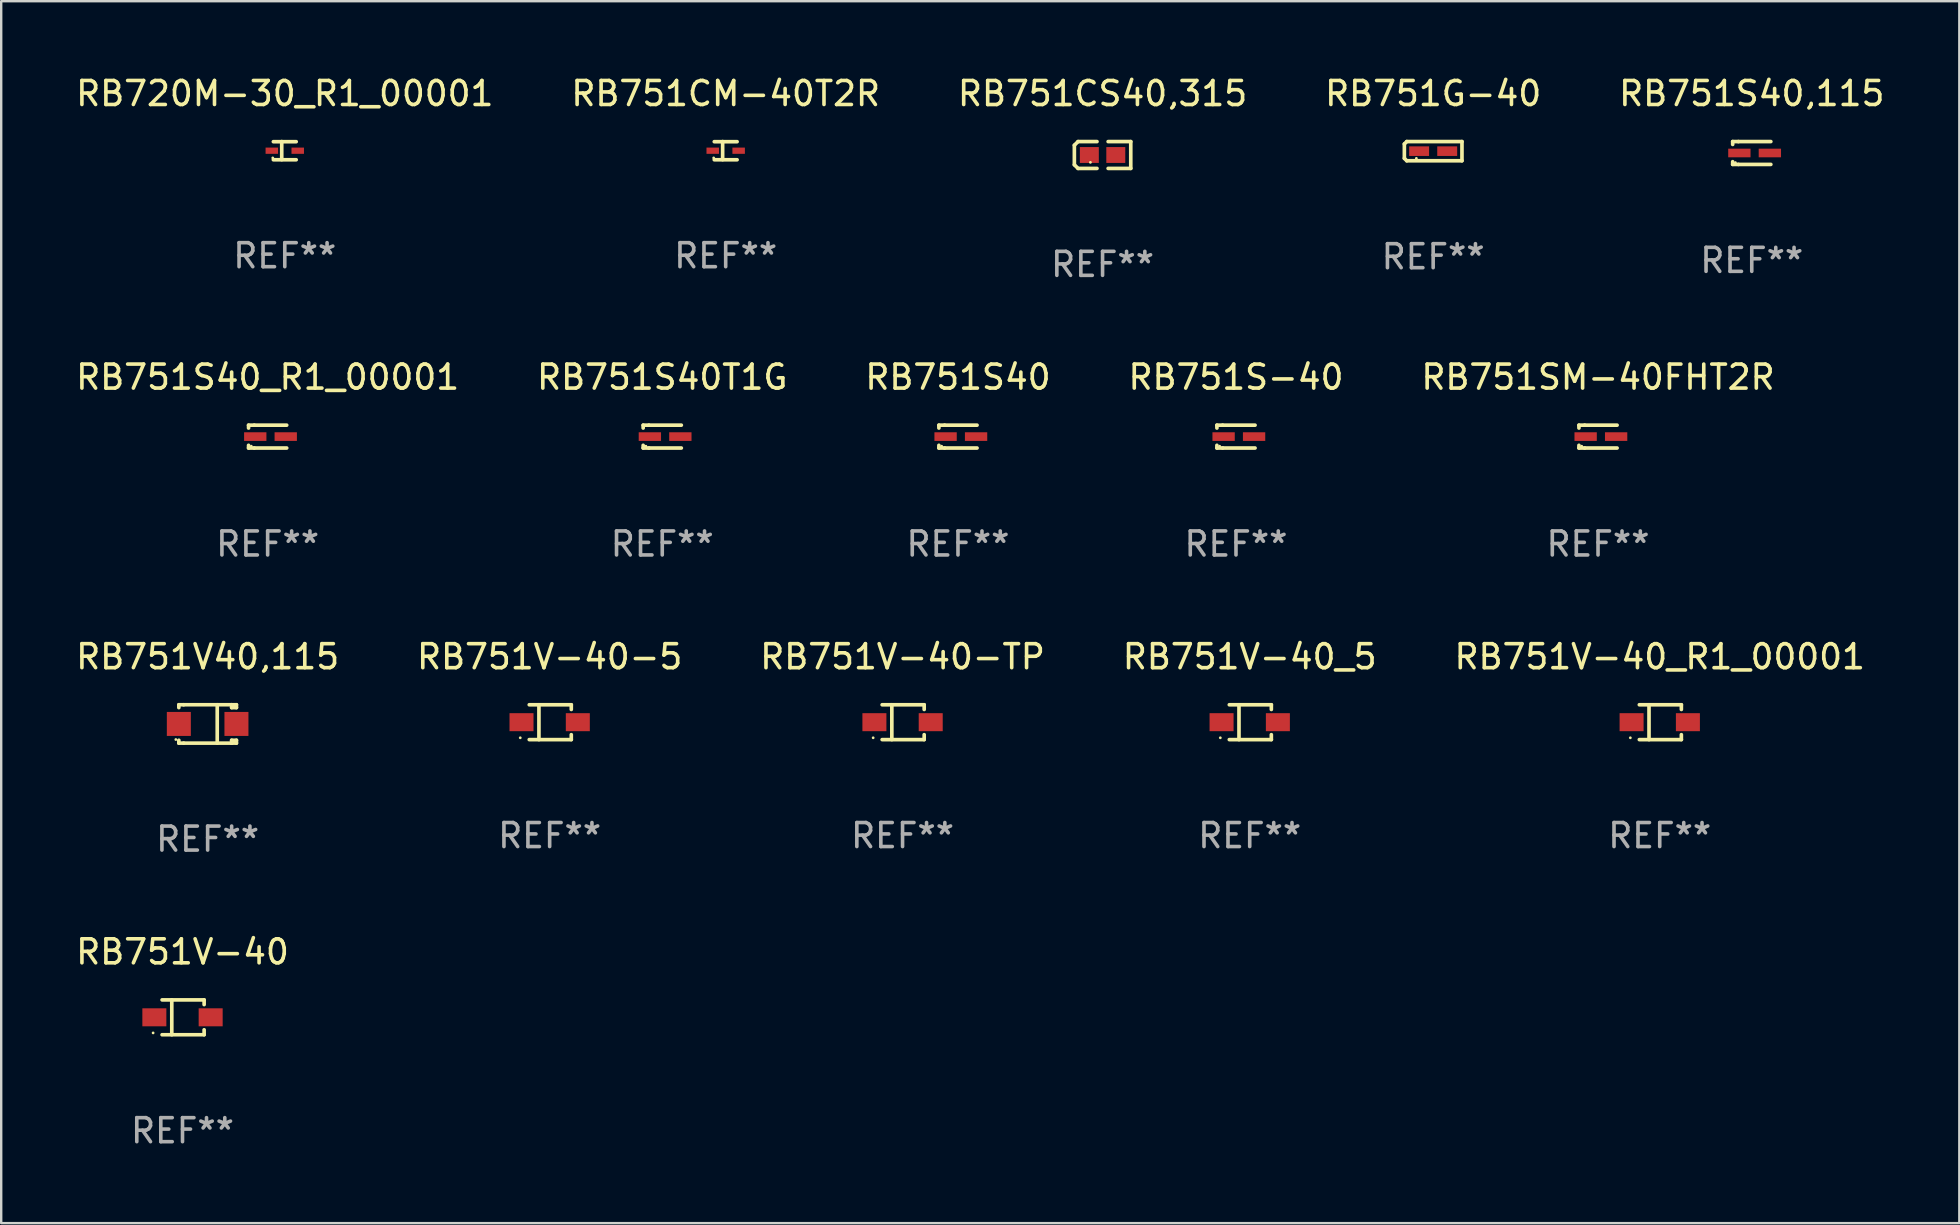
<source format=kicad_pcb>
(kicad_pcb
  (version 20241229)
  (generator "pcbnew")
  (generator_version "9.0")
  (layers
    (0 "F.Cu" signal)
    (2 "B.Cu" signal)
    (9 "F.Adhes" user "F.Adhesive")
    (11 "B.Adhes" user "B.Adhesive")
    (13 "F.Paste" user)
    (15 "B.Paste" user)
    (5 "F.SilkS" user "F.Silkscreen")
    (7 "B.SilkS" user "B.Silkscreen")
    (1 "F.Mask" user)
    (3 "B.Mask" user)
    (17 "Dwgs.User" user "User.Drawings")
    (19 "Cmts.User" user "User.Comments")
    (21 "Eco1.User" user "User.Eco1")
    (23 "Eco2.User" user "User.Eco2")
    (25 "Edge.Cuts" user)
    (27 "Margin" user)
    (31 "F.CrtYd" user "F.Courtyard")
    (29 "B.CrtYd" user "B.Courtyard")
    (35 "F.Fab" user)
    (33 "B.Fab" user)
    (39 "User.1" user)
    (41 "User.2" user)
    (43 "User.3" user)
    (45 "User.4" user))
  (footprint "RB751SM-40FHT2R"
    (layer "F.Cu")
    (at 63.53 15.14)
    (property "Reference" "RB751SM-40FHT2R" (at 0 -2.476 0) (layer "F.SilkS") (effects (font (size 1 1) (thickness 0.15))))
    (attr through_hole)
    (fp_line (start -0.795 -0.476) (end -0.795 -0.356) (stroke (width 0.152) (type solid)) (layer "F.SilkS"))
    (fp_line (start -0.795 0.363) (end -0.795 0.476) (stroke (width 0.152) (type solid)) (layer "F.SilkS"))
    (fp_line (start -0.795 0.476) (end -0.557 0.476) (stroke (width 0.152) (type solid)) (layer "F.SilkS"))
    (fp_line (start -0.557 -0.476) (end -0.795 -0.476) (stroke (width 0.152) (type solid)) (layer "F.SilkS"))
    (fp_line (start -0.557 -0.476) (end 0.795 -0.476) (stroke (width 0.152) (type solid)) (layer "F.SilkS"))
    (fp_line (start -0.557 0.476) (end 0.795 0.476) (stroke (width 0.152) (type solid)) (layer "F.SilkS"))
    (fp_circle (center -0.681 0.4) (end -0.651 0.4) (stroke (width 0.06) (type solid)) (fill no) (layer "F.SilkS"))
    (fp_text user "REF**" (at 0 4.476 0) (layer "F.Fab") (effects (font (size 1 1) (thickness 0.15))))
    (pad "1" smd rect (at -0.516 0 180) (size 0.93 0.36) (layers "F.Cu" "F.Mask" "F.Paste"))
    (pad "2" smd rect (at 0.754 0 180) (size 0.93 0.36) (layers "F.Cu" "F.Mask" "F.Paste")))
  (footprint "RB751V-40_5"
    (layer "F.Cu")
    (at 49.018 27.039)
    (property "Reference" "RB751V-40_5" (at 0 -2.726 0) (layer "F.SilkS") (effects (font (size 1 1) (thickness 0.15))))
    (attr through_hole)
    (fp_line (start -0.851 -0.726) (end 0.901 -0.726) (stroke (width 0.152) (type solid)) (layer "F.SilkS"))
    (fp_line (start -0.851 0.726) (end 0.901 0.726) (stroke (width 0.152) (type solid)) (layer "F.SilkS"))
    (fp_line (start -0.447 -0.726) (end -0.447 0.726) (stroke (width 0.152) (type solid)) (layer "F.SilkS"))
    (fp_line (start 0.901 -0.726) (end 0.901 -0.53) (stroke (width 0.152) (type solid)) (layer "F.SilkS"))
    (fp_line (start 0.901 0.726) (end 0.901 0.52) (stroke (width 0.152) (type solid)) (layer "F.SilkS"))
    (fp_circle (center -1.225 0.65) (end -1.195 0.65) (stroke (width 0.06) (type solid)) (fill no) (layer "F.SilkS"))
    (fp_text user "REF**" (at 0 4.726 0) (layer "F.Fab") (effects (font (size 1 1) (thickness 0.15))))
    (pad "1" smd rect (at -1.173 0) (size 1 0.75) (layers "F.Cu" "F.Mask" "F.Paste"))
    (pad "2" smd rect (at 1.173 0) (size 1 0.75) (layers "F.Cu" "F.Mask" "F.Paste")))
  (footprint "RB751CM-40T2R"
    (layer "F.Cu")
    (at 27.185 3.227)
    (property "Reference" "RB751CM-40T2R" (at 0 -2.379 0) (layer "F.SilkS") (effects (font (size 1 1) (thickness 0.15))))
    (attr through_hole)
    (fp_line (start -0.476 -0.374) (end 0.476 -0.374) (stroke (width 0.152) (type solid)) (layer "F.SilkS"))
    (fp_line (start -0.476 0.379) (end 0.476 0.379) (stroke (width 0.152) (type solid)) (layer "F.SilkS"))
    (fp_line (start -0.127 -0.379) (end -0.127 0.374) (stroke (width 0.152) (type solid)) (layer "F.SilkS"))
    (fp_circle (center -0.5 0.302) (end -0.47 0.302) (stroke (width 0.06) (type solid)) (fill no) (layer "F.SilkS"))
    (fp_text user "REF**" (at 0 4.379 0) (layer "F.Fab") (effects (font (size 1 1) (thickness 0.15))))
    (pad "1" smd rect (at -0.54 0.002 180) (size 0.52 0.26) (layers "F.Cu" "F.Mask" "F.Paste"))
    (pad "2" smd rect (at 0.54 0.002 180) (size 0.52 0.26) (layers "F.Cu" "F.Mask" "F.Paste")))
  (footprint "RB751V-40"
    (layer "F.Cu")
    (at 4.554 39.335)
    (property "Reference" "RB751V-40" (at 0 -2.726 0) (layer "F.SilkS") (effects (font (size 1 1) (thickness 0.15))))
    (attr through_hole)
    (fp_line (start -0.851 -0.726) (end 0.901 -0.726) (stroke (width 0.152) (type solid)) (layer "F.SilkS"))
    (fp_line (start -0.851 0.726) (end 0.901 0.726) (stroke (width 0.152) (type solid)) (layer "F.SilkS"))
    (fp_line (start -0.447 -0.726) (end -0.447 0.726) (stroke (width 0.152) (type solid)) (layer "F.SilkS"))
    (fp_line (start 0.901 -0.726) (end 0.901 -0.53) (stroke (width 0.152) (type solid)) (layer "F.SilkS"))
    (fp_line (start 0.901 0.726) (end 0.901 0.52) (stroke (width 0.152) (type solid)) (layer "F.SilkS"))
    (fp_circle (center -1.225 0.65) (end -1.195 0.65) (stroke (width 0.06) (type solid)) (fill no) (layer "F.SilkS"))
    (fp_text user "REF**" (at 0 4.726 0) (layer "F.Fab") (effects (font (size 1 1) (thickness 0.15))))
    (pad "1" smd rect (at -1.173 0) (size 1 0.75) (layers "F.Cu" "F.Mask" "F.Paste"))
    (pad "2" smd rect (at 1.173 0) (size 1 0.75) (layers "F.Cu" "F.Mask" "F.Paste")))
  (footprint "RB751V-40-TP"
    (layer "F.Cu")
    (at 34.554 27.039)
    (property "Reference" "RB751V-40-TP" (at 0 -2.726 0) (layer "F.SilkS") (effects (font (size 1 1) (thickness 0.15))))
    (attr through_hole)
    (fp_line (start -0.851 -0.726) (end 0.901 -0.726) (stroke (width 0.152) (type solid)) (layer "F.SilkS"))
    (fp_line (start -0.851 0.726) (end 0.901 0.726) (stroke (width 0.152) (type solid)) (layer "F.SilkS"))
    (fp_line (start -0.447 -0.726) (end -0.447 0.726) (stroke (width 0.152) (type solid)) (layer "F.SilkS"))
    (fp_line (start 0.901 -0.726) (end 0.901 -0.53) (stroke (width 0.152) (type solid)) (layer "F.SilkS"))
    (fp_line (start 0.901 0.726) (end 0.901 0.52) (stroke (width 0.152) (type solid)) (layer "F.SilkS"))
    (fp_circle (center -1.225 0.65) (end -1.195 0.65) (stroke (width 0.06) (type solid)) (fill no) (layer "F.SilkS"))
    (fp_text user "REF**" (at 0 4.726 0) (layer "F.Fab") (effects (font (size 1 1) (thickness 0.15))))
    (pad "1" smd rect (at -1.173 0) (size 1 0.75) (layers "F.Cu" "F.Mask" "F.Paste"))
    (pad "2" smd rect (at 1.173 0) (size 1 0.75) (layers "F.Cu" "F.Mask" "F.Paste")))
  (footprint "RB751S-40"
    (layer "F.Cu")
    (at 48.446 15.14)
    (property "Reference" "RB751S-40" (at 0 -2.476 0) (layer "F.SilkS") (effects (font (size 1 1) (thickness 0.15))))
    (attr through_hole)
    (fp_line (start -0.795 -0.476) (end -0.795 -0.356) (stroke (width 0.152) (type solid)) (layer "F.SilkS"))
    (fp_line (start -0.795 0.363) (end -0.795 0.476) (stroke (width 0.152) (type solid)) (layer "F.SilkS"))
    (fp_line (start -0.795 0.476) (end -0.557 0.476) (stroke (width 0.152) (type solid)) (layer "F.SilkS"))
    (fp_line (start -0.557 -0.476) (end -0.795 -0.476) (stroke (width 0.152) (type solid)) (layer "F.SilkS"))
    (fp_line (start -0.557 -0.476) (end 0.795 -0.476) (stroke (width 0.152) (type solid)) (layer "F.SilkS"))
    (fp_line (start -0.557 0.476) (end 0.795 0.476) (stroke (width 0.152) (type solid)) (layer "F.SilkS"))
    (fp_circle (center -0.681 0.4) (end -0.651 0.4) (stroke (width 0.06) (type solid)) (fill no) (layer "F.SilkS"))
    (fp_text user "REF**" (at 0 4.476 0) (layer "F.Fab") (effects (font (size 1 1) (thickness 0.15))))
    (pad "1" smd rect (at -0.516 0 180) (size 0.93 0.36) (layers "F.Cu" "F.Mask" "F.Paste"))
    (pad "2" smd rect (at 0.754 0 180) (size 0.93 0.36) (layers "F.Cu" "F.Mask" "F.Paste")))
  (footprint "RB751S40,115"
    (layer "F.Cu")
    (at 69.935 3.324)
    (property "Reference" "RB751S40,115" (at 0 -2.476 0) (layer "F.SilkS") (effects (font (size 1 1) (thickness 0.15))))
    (attr through_hole)
    (fp_line (start -0.795 -0.476) (end -0.795 -0.356) (stroke (width 0.152) (type solid)) (layer "F.SilkS"))
    (fp_line (start -0.795 0.363) (end -0.795 0.476) (stroke (width 0.152) (type solid)) (layer "F.SilkS"))
    (fp_line (start -0.795 0.476) (end -0.557 0.476) (stroke (width 0.152) (type solid)) (layer "F.SilkS"))
    (fp_line (start -0.557 -0.476) (end -0.795 -0.476) (stroke (width 0.152) (type solid)) (layer "F.SilkS"))
    (fp_line (start -0.557 -0.476) (end 0.795 -0.476) (stroke (width 0.152) (type solid)) (layer "F.SilkS"))
    (fp_line (start -0.557 0.476) (end 0.795 0.476) (stroke (width 0.152) (type solid)) (layer "F.SilkS"))
    (fp_circle (center -0.681 0.4) (end -0.651 0.4) (stroke (width 0.06) (type solid)) (fill no) (layer "F.SilkS"))
    (fp_text user "REF**" (at 0 4.476 0) (layer "F.Fab") (effects (font (size 1 1) (thickness 0.15))))
    (pad "1" smd rect (at -0.516 0 180) (size 0.93 0.36) (layers "F.Cu" "F.Mask" "F.Paste"))
    (pad "2" smd rect (at 0.754 0 180) (size 0.93 0.36) (layers "F.Cu" "F.Mask" "F.Paste")))
  (footprint "RB751V-40_R1_00001"
    (layer "F.Cu")
    (at 66.101 27.039)
    (property "Reference" "RB751V-40_R1_00001" (at 0 -2.726 0) (layer "F.SilkS") (effects (font (size 1 1) (thickness 0.15))))
    (attr through_hole)
    (fp_line (start -0.851 -0.726) (end 0.901 -0.726) (stroke (width 0.152) (type solid)) (layer "F.SilkS"))
    (fp_line (start -0.851 0.726) (end 0.901 0.726) (stroke (width 0.152) (type solid)) (layer "F.SilkS"))
    (fp_line (start -0.447 -0.726) (end -0.447 0.726) (stroke (width 0.152) (type solid)) (layer "F.SilkS"))
    (fp_line (start 0.901 -0.726) (end 0.901 -0.53) (stroke (width 0.152) (type solid)) (layer "F.SilkS"))
    (fp_line (start 0.901 0.726) (end 0.901 0.52) (stroke (width 0.152) (type solid)) (layer "F.SilkS"))
    (fp_circle (center -1.225 0.65) (end -1.195 0.65) (stroke (width 0.06) (type solid)) (fill no) (layer "F.SilkS"))
    (fp_text user "REF**" (at 0 4.726 0) (layer "F.Fab") (effects (font (size 1 1) (thickness 0.15))))
    (pad "1" smd rect (at -1.173 0) (size 1 0.75) (layers "F.Cu" "F.Mask" "F.Paste"))
    (pad "2" smd rect (at 1.173 0) (size 1 0.75) (layers "F.Cu" "F.Mask" "F.Paste")))
  (footprint "RB720M-30_R1_00001"
    (layer "F.Cu")
    (at 8.815 3.227)
    (property "Reference" "RB720M-30_R1_00001" (at 0 -2.379 0) (layer "F.SilkS") (effects (font (size 1 1) (thickness 0.15))))
    (attr through_hole)
    (fp_line (start -0.476 -0.374) (end 0.476 -0.374) (stroke (width 0.152) (type solid)) (layer "F.SilkS"))
    (fp_line (start -0.476 0.379) (end 0.476 0.379) (stroke (width 0.152) (type solid)) (layer "F.SilkS"))
    (fp_line (start -0.127 -0.379) (end -0.127 0.374) (stroke (width 0.152) (type solid)) (layer "F.SilkS"))
    (fp_circle (center -0.5 0.302) (end -0.47 0.302) (stroke (width 0.06) (type solid)) (fill no) (layer "F.SilkS"))
    (fp_text user "REF**" (at 0 4.379 0) (layer "F.Fab") (effects (font (size 1 1) (thickness 0.15))))
    (pad "1" smd rect (at -0.54 0.002 180) (size 0.52 0.26) (layers "F.Cu" "F.Mask" "F.Paste"))
    (pad "2" smd rect (at 0.54 0.002 180) (size 0.52 0.26) (layers "F.Cu" "F.Mask" "F.Paste")))
  (footprint "RB751S40"
    (layer "F.Cu")
    (at 36.863 15.14)
    (property "Reference" "RB751S40" (at 0 -2.476 0) (layer "F.SilkS") (effects (font (size 1 1) (thickness 0.15))))
    (attr through_hole)
    (fp_line (start -0.795 -0.476) (end -0.795 -0.356) (stroke (width 0.152) (type solid)) (layer "F.SilkS"))
    (fp_line (start -0.795 0.363) (end -0.795 0.476) (stroke (width 0.152) (type solid)) (layer "F.SilkS"))
    (fp_line (start -0.795 0.476) (end -0.557 0.476) (stroke (width 0.152) (type solid)) (layer "F.SilkS"))
    (fp_line (start -0.557 -0.476) (end -0.795 -0.476) (stroke (width 0.152) (type solid)) (layer "F.SilkS"))
    (fp_line (start -0.557 -0.476) (end 0.795 -0.476) (stroke (width 0.152) (type solid)) (layer "F.SilkS"))
    (fp_line (start -0.557 0.476) (end 0.795 0.476) (stroke (width 0.152) (type solid)) (layer "F.SilkS"))
    (fp_circle (center -0.681 0.4) (end -0.651 0.4) (stroke (width 0.06) (type solid)) (fill no) (layer "F.SilkS"))
    (fp_text user "REF**" (at 0 4.476 0) (layer "F.Fab") (effects (font (size 1 1) (thickness 0.15))))
    (pad "1" smd rect (at -0.516 0 180) (size 0.93 0.36) (layers "F.Cu" "F.Mask" "F.Paste"))
    (pad "2" smd rect (at 0.754 0 180) (size 0.93 0.36) (layers "F.Cu" "F.Mask" "F.Paste")))
  (footprint "RB751V-40-5"
    (layer "F.Cu")
    (at 19.851 27.039)
    (property "Reference" "RB751V-40-5" (at 0 -2.726 0) (layer "F.SilkS") (effects (font (size 1 1) (thickness 0.15))))
    (attr through_hole)
    (fp_line (start -0.851 -0.726) (end 0.901 -0.726) (stroke (width 0.152) (type solid)) (layer "F.SilkS"))
    (fp_line (start -0.851 0.726) (end 0.901 0.726) (stroke (width 0.152) (type solid)) (layer "F.SilkS"))
    (fp_line (start -0.447 -0.726) (end -0.447 0.726) (stroke (width 0.152) (type solid)) (layer "F.SilkS"))
    (fp_line (start 0.901 -0.726) (end 0.901 -0.53) (stroke (width 0.152) (type solid)) (layer "F.SilkS"))
    (fp_line (start 0.901 0.726) (end 0.901 0.52) (stroke (width 0.152) (type solid)) (layer "F.SilkS"))
    (fp_circle (center -1.225 0.65) (end -1.195 0.65) (stroke (width 0.06) (type solid)) (fill no) (layer "F.SilkS"))
    (fp_text user "REF**" (at 0 4.726 0) (layer "F.Fab") (effects (font (size 1 1) (thickness 0.15))))
    (pad "1" smd rect (at -1.173 0) (size 1 0.75) (layers "F.Cu" "F.Mask" "F.Paste"))
    (pad "2" smd rect (at 1.173 0) (size 1 0.75) (layers "F.Cu" "F.Mask" "F.Paste")))
  (footprint "RB751V40,115"
    (layer "F.Cu")
    (at 5.601 27.112)
    (property "Reference" "RB751V40,115" (at 0 -2.8 0) (layer "F.SilkS") (effects (font (size 1 1) (thickness 0.15))))
    (attr through_hole)
    (fp_line (start -1.2 -0.8) (end -1.2 -0.68) (stroke (width 0.152) (type solid)) (layer "F.SilkS"))
    (fp_line (start -1.2 0.68) (end -1.2 0.8) (stroke (width 0.152) (type solid)) (layer "F.SilkS"))
    (fp_line (start -1.2 0.8) (end -1 0.8) (stroke (width 0.152) (type solid)) (layer "F.SilkS"))
    (fp_line (start -1 -0.8) (end -1.2 -0.8) (stroke (width 0.152) (type solid)) (layer "F.SilkS"))
    (fp_line (start -1 -0.8) (end 1 -0.8) (stroke (width 0.152) (type solid)) (layer "F.SilkS"))
    (fp_line (start -1 0.8) (end 1 0.8) (stroke (width 0.152) (type solid)) (layer "F.SilkS"))
    (fp_line (start 0.4 -0.8) (end 0.4 0.8) (stroke (width 0.152) (type solid)) (layer "F.SilkS"))
    (fp_line (start 1 -0.8) (end 1 -0.68) (stroke (width 0.152) (type solid)) (layer "F.SilkS"))
    (fp_line (start 1 -0.8) (end 1.2 -0.8) (stroke (width 0.152) (type solid)) (layer "F.SilkS"))
    (fp_line (start 1 0.68) (end 1 0.8) (stroke (width 0.152) (type solid)) (layer "F.SilkS"))
    (fp_line (start 1 0.68) (end 1.2 0.68) (stroke (width 0.152) (type solid)) (layer "F.SilkS"))
    (fp_line (start 1.2 -0.8) (end 1.2 -0.68) (stroke (width 0.152) (type solid)) (layer "F.SilkS"))
    (fp_line (start 1.2 -0.68) (end 1 -0.68) (stroke (width 0.152) (type solid)) (layer "F.SilkS"))
    (fp_line (start 1.2 0.68) (end 1.2 0.8) (stroke (width 0.152) (type solid)) (layer "F.SilkS"))
    (fp_line (start 1.2 0.8) (end 1 0.8) (stroke (width 0.152) (type solid)) (layer "F.SilkS"))
    (fp_circle (center -1.325 0.65) (end -1.295 0.65) (stroke (width 0.06) (type solid)) (fill no) (layer "F.SilkS"))
    (fp_text user "REF**" (at 0 4.8 0) (layer "F.Fab") (effects (font (size 1 1) (thickness 0.15))))
    (pad "1" smd rect (at -1.2 0 180) (size 1 1) (layers "F.Cu" "F.Mask" "F.Paste"))
    (pad "2" smd rect (at 1.2 0 180) (size 1 1) (layers "F.Cu" "F.Mask" "F.Paste")))
  (footprint "RB751CS40,315"
    (layer "F.Cu")
    (at 42.887 3.408)
    (property "Reference" "RB751CS40,315" (at 0 -2.559 0) (layer "F.SilkS") (effects (font (size 1 1) (thickness 0.15))))
    (attr through_hole)
    (fp_line (start -1.175 -0.407) (end -1.023 -0.559) (stroke (width 0.152) (type solid)) (layer "F.SilkS"))
    (fp_line (start -1.175 0.407) (end -1.175 -0.407) (stroke (width 0.152) (type solid)) (layer "F.SilkS"))
    (fp_line (start -1.023 -0.559) (end -0.232 -0.559) (stroke (width 0.152) (type solid)) (layer "F.SilkS"))
    (fp_line (start -1.023 0.559) (end -1.175 0.407) (stroke (width 0.152) (type solid)) (layer "F.SilkS"))
    (fp_line (start -0.232 0.559) (end -1.023 0.559) (stroke (width 0.152) (type solid)) (layer "F.SilkS"))
    (fp_line (start 0.232 0.559) (end 1.175 0.559) (stroke (width 0.152) (type solid)) (layer "F.SilkS"))
    (fp_line (start 1.175 -0.559) (end 0.232 -0.559) (stroke (width 0.152) (type solid)) (layer "F.SilkS"))
    (fp_line (start 1.175 0.559) (end 1.175 -0.559) (stroke (width 0.152) (type solid)) (layer "F.SilkS"))
    (fp_circle (center -0.506 0.306) (end -0.476 0.306) (stroke (width 0.06) (type solid)) (fill no) (layer "F.SilkS"))
    (fp_text user "REF**" (at 0 4.559 0) (layer "F.Fab") (effects (font (size 1 1) (thickness 0.15))))
    (pad "1" smd rect (at -0.551 0) (size 0.79 0.661) (layers "F.Cu" "F.Mask" "F.Paste"))
    (pad "2" smd rect (at 0.551 0) (size 0.79 0.661) (layers "F.Cu" "F.Mask" "F.Paste")))
  (footprint "RB751S40_R1_00001"
    (layer "F.Cu")
    (at 8.101 15.14)
    (property "Reference" "RB751S40_R1_00001" (at 0 -2.476 0) (layer "F.SilkS") (effects (font (size 1 1) (thickness 0.15))))
    (attr through_hole)
    (fp_line (start -0.795 -0.476) (end -0.795 -0.356) (stroke (width 0.152) (type solid)) (layer "F.SilkS"))
    (fp_line (start -0.795 0.363) (end -0.795 0.476) (stroke (width 0.152) (type solid)) (layer "F.SilkS"))
    (fp_line (start -0.795 0.476) (end -0.557 0.476) (stroke (width 0.152) (type solid)) (layer "F.SilkS"))
    (fp_line (start -0.557 -0.476) (end -0.795 -0.476) (stroke (width 0.152) (type solid)) (layer "F.SilkS"))
    (fp_line (start -0.557 -0.476) (end 0.795 -0.476) (stroke (width 0.152) (type solid)) (layer "F.SilkS"))
    (fp_line (start -0.557 0.476) (end 0.795 0.476) (stroke (width 0.152) (type solid)) (layer "F.SilkS"))
    (fp_circle (center -0.681 0.4) (end -0.651 0.4) (stroke (width 0.06) (type solid)) (fill no) (layer "F.SilkS"))
    (fp_text user "REF**" (at 0 4.476 0) (layer "F.Fab") (effects (font (size 1 1) (thickness 0.15))))
    (pad "1" smd rect (at -0.516 0 180) (size 0.93 0.36) (layers "F.Cu" "F.Mask" "F.Paste"))
    (pad "2" smd rect (at 0.754 0 180) (size 0.93 0.36) (layers "F.Cu" "F.Mask" "F.Paste")))
  (footprint "RB751G-40"
    (layer "F.Cu")
    (at 56.661 3.248)
    (property "Reference" "RB751G-40" (at 0 -2.4 0) (layer "F.SilkS") (effects (font (size 1 1) (thickness 0.15))))
    (attr through_hole)
    (fp_line (start -1.2 -0.3) (end -1.1 -0.4) (stroke (width 0.152) (type solid)) (layer "F.SilkS"))
    (fp_line (start -1.2 0.3) (end -1.2 -0.3) (stroke (width 0.152) (type solid)) (layer "F.SilkS"))
    (fp_line (start -1.1 -0.4) (end 1.2 -0.4) (stroke (width 0.152) (type solid)) (layer "F.SilkS"))
    (fp_line (start -1.1 0.4) (end -1.2 0.3) (stroke (width 0.152) (type solid)) (layer "F.SilkS"))
    (fp_line (start 1.2 -0.4) (end 1.2 0.4) (stroke (width 0.152) (type solid)) (layer "F.SilkS"))
    (fp_line (start 1.2 0.4) (end -1.1 0.4) (stroke (width 0.152) (type solid)) (layer "F.SilkS"))
    (fp_circle (center -0.7 0.3) (end -0.67 0.3) (stroke (width 0.06) (type solid)) (fill no) (layer "F.SilkS"))
    (fp_text user "REF**" (at 0 4.4 0) (layer "F.Fab") (effects (font (size 1 1) (thickness 0.15))))
    (pad "1" smd rect (at -0.585 0 180) (size 0.83 0.4) (layers "F.Cu" "F.Mask" "F.Paste"))
    (pad "2" smd rect (at 0.585 0 180) (size 0.83 0.4) (layers "F.Cu" "F.Mask" "F.Paste")))
  (footprint "RB751S40T1G"
    (layer "F.Cu")
    (at 24.542 15.14)
    (property "Reference" "RB751S40T1G" (at 0 -2.476 0) (layer "F.SilkS") (effects (font (size 1 1) (thickness 0.15))))
    (attr through_hole)
    (fp_line (start -0.795 -0.476) (end -0.795 -0.356) (stroke (width 0.152) (type solid)) (layer "F.SilkS"))
    (fp_line (start -0.795 0.363) (end -0.795 0.476) (stroke (width 0.152) (type solid)) (layer "F.SilkS"))
    (fp_line (start -0.795 0.476) (end -0.557 0.476) (stroke (width 0.152) (type solid)) (layer "F.SilkS"))
    (fp_line (start -0.557 -0.476) (end -0.795 -0.476) (stroke (width 0.152) (type solid)) (layer "F.SilkS"))
    (fp_line (start -0.557 -0.476) (end 0.795 -0.476) (stroke (width 0.152) (type solid)) (layer "F.SilkS"))
    (fp_line (start -0.557 0.476) (end 0.795 0.476) (stroke (width 0.152) (type solid)) (layer "F.SilkS"))
    (fp_circle (center -0.681 0.4) (end -0.651 0.4) (stroke (width 0.06) (type solid)) (fill no) (layer "F.SilkS"))
    (fp_text user "REF**" (at 0 4.476 0) (layer "F.Fab") (effects (font (size 1 1) (thickness 0.15))))
    (pad "1" smd rect (at -0.516 0 180) (size 0.93 0.36) (layers "F.Cu" "F.Mask" "F.Paste"))
    (pad "2" smd rect (at 0.754 0 180) (size 0.93 0.36) (layers "F.Cu" "F.Mask" "F.Paste")))
  (gr_rect
    (start -3 -3)
    (end 78.583 47.91)
    (stroke (width 0.1) (type default))
    (fill no)
    (layer "Edge.Cuts")))
</source>
